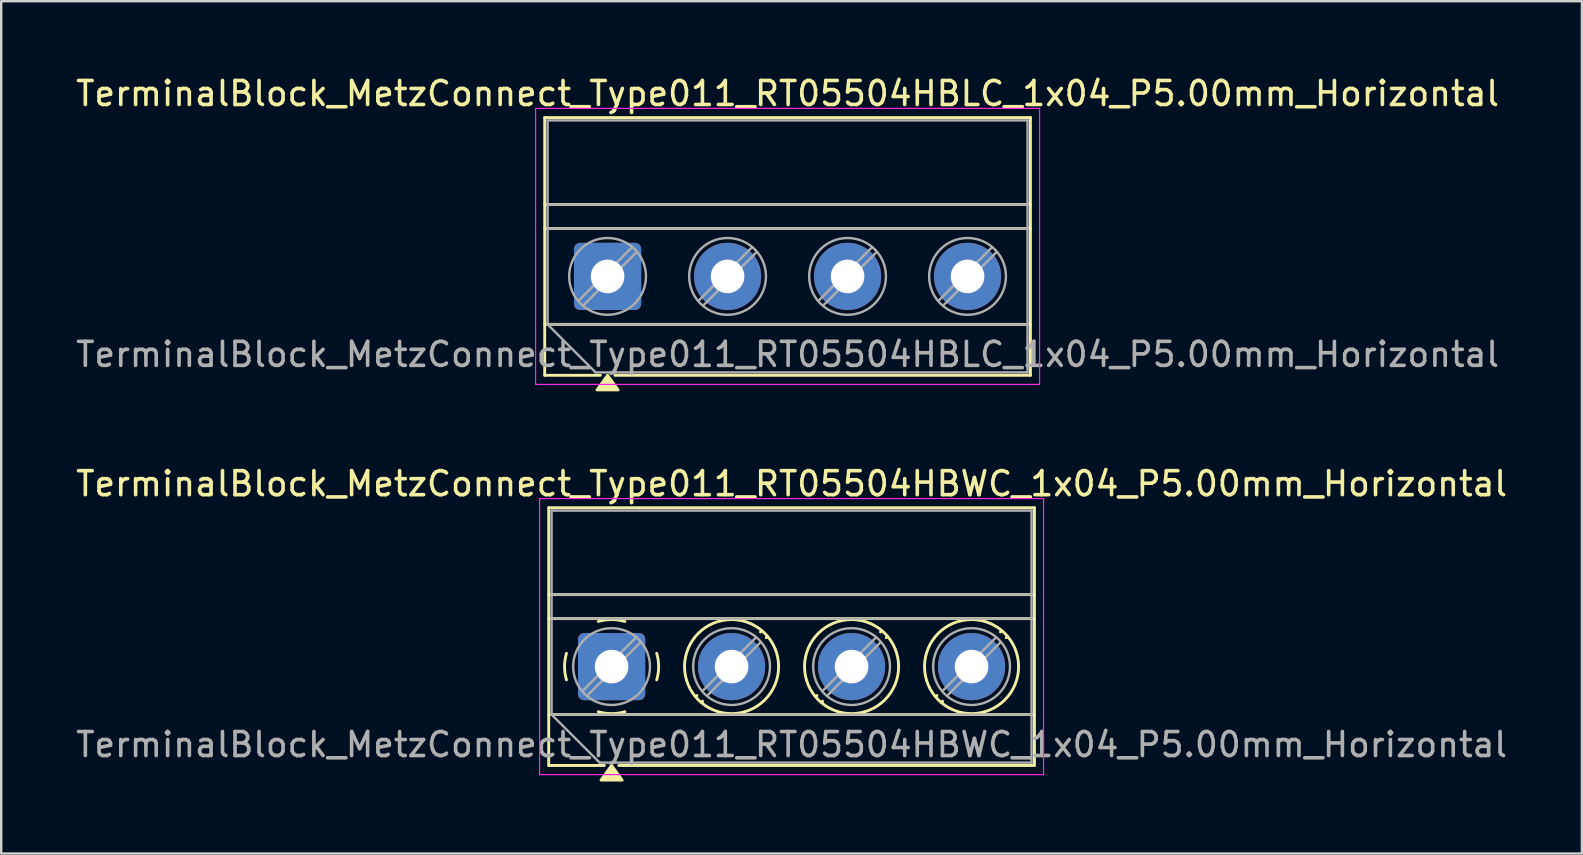
<source format=kicad_pcb>
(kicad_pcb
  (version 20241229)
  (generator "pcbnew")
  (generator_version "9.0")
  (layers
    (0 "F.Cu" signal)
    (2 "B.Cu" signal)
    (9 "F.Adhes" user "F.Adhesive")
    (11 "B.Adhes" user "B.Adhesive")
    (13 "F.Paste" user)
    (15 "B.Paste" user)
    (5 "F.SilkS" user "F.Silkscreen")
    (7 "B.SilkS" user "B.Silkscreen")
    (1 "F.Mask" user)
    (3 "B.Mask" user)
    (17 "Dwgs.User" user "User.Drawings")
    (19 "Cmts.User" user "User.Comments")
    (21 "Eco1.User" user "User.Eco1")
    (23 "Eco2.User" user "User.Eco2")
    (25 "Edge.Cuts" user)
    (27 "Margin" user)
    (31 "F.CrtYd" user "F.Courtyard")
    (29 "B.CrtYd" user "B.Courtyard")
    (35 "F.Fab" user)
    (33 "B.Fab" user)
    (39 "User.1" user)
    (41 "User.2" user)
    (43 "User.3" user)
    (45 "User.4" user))
  (footprint "TerminalBlock_MetzConnect_Type011_RT05504HBWC_1x04_P5.00mm_Horizontal"
    (layer "F.Cu")
    (at 22.435 24.727)
    (property "Reference" "TerminalBlock_MetzConnect_Type011_RT05504HBWC_1x04_P5.00mm_Horizontal" (at 7.5 -7.62 0) (layer "F.SilkS") (effects (font (size 1 1) (thickness 0.15))))
    (attr through_hole)
    (fp_line (start -2.62 -6.62) (end -2.62 4.12) (stroke (width 0.12) (type solid)) (layer "F.SilkS"))
    (fp_line (start -2.62 -6.62) (end 17.62 -6.62) (stroke (width 0.12) (type solid)) (layer "F.SilkS"))
    (fp_line (start -2.62 -3) (end 17.62 -3) (stroke (width 0.12) (type solid)) (layer "F.SilkS"))
    (fp_line (start -2.62 -2) (end 17.62 -2) (stroke (width 0.12) (type solid)) (layer "F.SilkS"))
    (fp_line (start -2.62 2) (end 17.62 2) (stroke (width 0.12) (type solid)) (layer "F.SilkS"))
    (fp_line (start -2.62 4.12) (end -0.3 4.12) (stroke (width 0.12) (type solid)) (layer "F.SilkS"))
    (fp_line (start 0.3 4.12) (end 17.62 4.12) (stroke (width 0.12) (type solid)) (layer "F.SilkS"))
    (fp_line (start 3.556 1.204) (end 3.513 1.247) (stroke (width 0.12) (type solid)) (layer "F.SilkS"))
    (fp_line (start 3.795 1.443) (end 3.752 1.486) (stroke (width 0.12) (type solid)) (layer "F.SilkS"))
    (fp_line (start 6.247 -1.486) (end 6.204 -1.443) (stroke (width 0.12) (type solid)) (layer "F.SilkS"))
    (fp_line (start 6.487 -1.247) (end 6.444 -1.204) (stroke (width 0.12) (type solid)) (layer "F.SilkS"))
    (fp_line (start 8.556 1.204) (end 8.513 1.247) (stroke (width 0.12) (type solid)) (layer "F.SilkS"))
    (fp_line (start 8.795 1.443) (end 8.752 1.486) (stroke (width 0.12) (type solid)) (layer "F.SilkS"))
    (fp_line (start 11.247 -1.486) (end 11.204 -1.443) (stroke (width 0.12) (type solid)) (layer "F.SilkS"))
    (fp_line (start 11.487 -1.247) (end 11.444 -1.204) (stroke (width 0.12) (type solid)) (layer "F.SilkS"))
    (fp_line (start 13.556 1.204) (end 13.513 1.247) (stroke (width 0.12) (type solid)) (layer "F.SilkS"))
    (fp_line (start 13.795 1.443) (end 13.752 1.486) (stroke (width 0.12) (type solid)) (layer "F.SilkS"))
    (fp_line (start 16.247 -1.486) (end 16.204 -1.443) (stroke (width 0.12) (type solid)) (layer "F.SilkS"))
    (fp_line (start 16.487 -1.247) (end 16.444 -1.204) (stroke (width 0.12) (type solid)) (layer "F.SilkS"))
    (fp_line (start 17.62 -6.62) (end 17.62 4.12) (stroke (width 0.12) (type solid)) (layer "F.SilkS"))
    (fp_arc (start -1.88 0.554) (mid -1.959928 -0.000246) (end -1.879861 -0.554472) (stroke (width 0.12) (type solid)) (layer "F.SilkS"))
    (fp_arc (start -0.554 -1.88) (mid 0.000246 -1.959928) (end 0.554472 -1.879861) (stroke (width 0.12) (type solid)) (layer "F.SilkS"))
    (fp_arc (start 0.554 1.88) (mid -0.000246 1.959928) (end -0.554472 1.879861) (stroke (width 0.12) (type solid)) (layer "F.SilkS"))
    (fp_arc (start 1.88 -0.554) (mid 1.959928 0.000246) (end 1.879861 0.554472) (stroke (width 0.12) (type solid)) (layer "F.SilkS"))
    (fp_circle (center 5 0) (end 6.96 0) (stroke (width 0.12) (type solid)) (fill no) (layer "F.SilkS"))
    (fp_circle (center 10 0) (end 11.96 0) (stroke (width 0.12) (type solid)) (fill no) (layer "F.SilkS"))
    (fp_circle (center 15 0) (end 16.96 0) (stroke (width 0.12) (type solid)) (fill no) (layer "F.SilkS"))
    (fp_poly (pts (xy 0 4.12) (xy 0.44 4.73) (xy -0.44 4.73) (xy 0 4.12)) (stroke (width 0.12) (type solid)) (fill yes) (layer "F.SilkS"))
    (fp_line (start -3 -7) (end -3 4.5) (stroke (width 0.05) (type solid)) (layer "F.CrtYd"))
    (fp_line (start -3 4.5) (end 18 4.5) (stroke (width 0.05) (type solid)) (layer "F.CrtYd"))
    (fp_line (start 18 -7) (end -3 -7) (stroke (width 0.05) (type solid)) (layer "F.CrtYd"))
    (fp_line (start 18 4.5) (end 18 -7) (stroke (width 0.05) (type solid)) (layer "F.CrtYd"))
    (fp_line (start -2.5 -6.5) (end 17.5 -6.5) (stroke (width 0.1) (type solid)) (layer "F.Fab"))
    (fp_line (start -2.5 -3) (end 17.5 -3) (stroke (width 0.1) (type solid)) (layer "F.Fab"))
    (fp_line (start -2.5 -2) (end 17.5 -2) (stroke (width 0.1) (type solid)) (layer "F.Fab"))
    (fp_line (start -2.5 2) (end -2.5 -6.5) (stroke (width 0.1) (type solid)) (layer "F.Fab"))
    (fp_line (start -2.5 2) (end 17.5 2) (stroke (width 0.1) (type solid)) (layer "F.Fab"))
    (fp_line (start -0.5 4) (end -2.5 2) (stroke (width 0.1) (type solid)) (layer "F.Fab"))
    (fp_line (start 1.018 -1.213) (end -1.214 1.018) (stroke (width 0.1) (type solid)) (layer "F.Fab"))
    (fp_line (start 1.213 -1.018) (end -1.018 1.213) (stroke (width 0.1) (type solid)) (layer "F.Fab"))
    (fp_line (start 6.018 -1.213) (end 3.786 1.018) (stroke (width 0.1) (type solid)) (layer "F.Fab"))
    (fp_line (start 6.213 -1.018) (end 3.982 1.213) (stroke (width 0.1) (type solid)) (layer "F.Fab"))
    (fp_line (start 11.018 -1.213) (end 8.786 1.018) (stroke (width 0.1) (type solid)) (layer "F.Fab"))
    (fp_line (start 11.213 -1.018) (end 8.982 1.213) (stroke (width 0.1) (type solid)) (layer "F.Fab"))
    (fp_line (start 16.018 -1.213) (end 13.786 1.018) (stroke (width 0.1) (type solid)) (layer "F.Fab"))
    (fp_line (start 16.213 -1.018) (end 13.982 1.213) (stroke (width 0.1) (type solid)) (layer "F.Fab"))
    (fp_line (start 17.5 -6.5) (end 17.5 4) (stroke (width 0.1) (type solid)) (layer "F.Fab"))
    (fp_line (start 17.5 4) (end -0.5 4) (stroke (width 0.1) (type solid)) (layer "F.Fab"))
    (fp_circle (center 0 0) (end 1.6 0) (stroke (width 0.1) (type solid)) (fill no) (layer "F.Fab"))
    (fp_circle (center 5 0) (end 6.6 0) (stroke (width 0.1) (type solid)) (fill no) (layer "F.Fab"))
    (fp_circle (center 10 0) (end 11.6 0) (stroke (width 0.1) (type solid)) (fill no) (layer "F.Fab"))
    (fp_circle (center 15 0) (end 16.6 0) (stroke (width 0.1) (type solid)) (fill no) (layer "F.Fab"))
    (fp_text user "${REFERENCE}" (at 7.5 3.25 0) (layer "F.Fab") (effects (font (size 1 1) (thickness 0.15))))
    (pad "1" thru_hole roundrect (at 0 0) (size 2.8 2.8) (drill 1.4) (layers "*.Cu" "*.Mask") (roundrect_rratio 0.089))
    (pad "2" thru_hole circle (at 5 0) (size 2.8 2.8) (drill 1.4) (layers "*.Cu" "*.Mask"))
    (pad "3" thru_hole circle (at 10 0) (size 2.8 2.8) (drill 1.4) (layers "*.Cu" "*.Mask"))
    (pad "4" thru_hole circle (at 15 0) (size 2.8 2.8) (drill 1.4) (layers "*.Cu" "*.Mask")))
  (footprint "TerminalBlock_MetzConnect_Type011_RT05504HBLC_1x04_P5.00mm_Horizontal"
    (layer "F.Cu")
    (at 22.268 8.468)
    (property "Reference" "TerminalBlock_MetzConnect_Type011_RT05504HBLC_1x04_P5.00mm_Horizontal" (at 7.5 -7.62 0) (layer "F.SilkS") (effects (font (size 1 1) (thickness 0.15))))
    (attr through_hole)
    (fp_line (start -2.62 -6.62) (end -2.62 4.12) (stroke (width 0.12) (type solid)) (layer "F.SilkS"))
    (fp_line (start -2.62 -6.62) (end 17.62 -6.62) (stroke (width 0.12) (type solid)) (layer "F.SilkS"))
    (fp_line (start -2.62 -3) (end 17.62 -3) (stroke (width 0.12) (type solid)) (layer "F.SilkS"))
    (fp_line (start -2.62 -2) (end 17.62 -2) (stroke (width 0.12) (type solid)) (layer "F.SilkS"))
    (fp_line (start -2.62 2) (end 17.62 2) (stroke (width 0.12) (type solid)) (layer "F.SilkS"))
    (fp_line (start -2.62 4.12) (end -0.3 4.12) (stroke (width 0.12) (type solid)) (layer "F.SilkS"))
    (fp_line (start 0.3 4.12) (end 17.62 4.12) (stroke (width 0.12) (type solid)) (layer "F.SilkS"))
    (fp_line (start 17.62 -6.62) (end 17.62 4.12) (stroke (width 0.12) (type solid)) (layer "F.SilkS"))
    (fp_poly (pts (xy 0 4.12) (xy 0.44 4.73) (xy -0.44 4.73)) (stroke (width 0.12) (type solid)) (fill yes) (layer "F.SilkS"))
    (fp_line (start -3 -7) (end -3 4.5) (stroke (width 0.05) (type solid)) (layer "F.CrtYd"))
    (fp_line (start -3 4.5) (end 18 4.5) (stroke (width 0.05) (type solid)) (layer "F.CrtYd"))
    (fp_line (start 18 -7) (end -3 -7) (stroke (width 0.05) (type solid)) (layer "F.CrtYd"))
    (fp_line (start 18 4.5) (end 18 -7) (stroke (width 0.05) (type solid)) (layer "F.CrtYd"))
    (fp_line (start -2.5 -6.5) (end 17.5 -6.5) (stroke (width 0.1) (type solid)) (layer "F.Fab"))
    (fp_line (start -2.5 -3) (end 17.5 -3) (stroke (width 0.1) (type solid)) (layer "F.Fab"))
    (fp_line (start -2.5 -2) (end 17.5 -2) (stroke (width 0.1) (type solid)) (layer "F.Fab"))
    (fp_line (start -2.5 2) (end -2.5 -6.5) (stroke (width 0.1) (type solid)) (layer "F.Fab"))
    (fp_line (start -2.5 2) (end 17.5 2) (stroke (width 0.1) (type solid)) (layer "F.Fab"))
    (fp_line (start -0.5 4) (end -2.5 2) (stroke (width 0.1) (type solid)) (layer "F.Fab"))
    (fp_line (start 1.018 -1.213) (end -1.214 1.018) (stroke (width 0.1) (type solid)) (layer "F.Fab"))
    (fp_line (start 1.213 -1.018) (end -1.018 1.213) (stroke (width 0.1) (type solid)) (layer "F.Fab"))
    (fp_line (start 6.018 -1.213) (end 3.786 1.018) (stroke (width 0.1) (type solid)) (layer "F.Fab"))
    (fp_line (start 6.213 -1.018) (end 3.982 1.213) (stroke (width 0.1) (type solid)) (layer "F.Fab"))
    (fp_line (start 11.018 -1.213) (end 8.786 1.018) (stroke (width 0.1) (type solid)) (layer "F.Fab"))
    (fp_line (start 11.213 -1.018) (end 8.982 1.213) (stroke (width 0.1) (type solid)) (layer "F.Fab"))
    (fp_line (start 16.018 -1.213) (end 13.786 1.018) (stroke (width 0.1) (type solid)) (layer "F.Fab"))
    (fp_line (start 16.213 -1.018) (end 13.982 1.213) (stroke (width 0.1) (type solid)) (layer "F.Fab"))
    (fp_line (start 17.5 -6.5) (end 17.5 4) (stroke (width 0.1) (type solid)) (layer "F.Fab"))
    (fp_line (start 17.5 4) (end -0.5 4) (stroke (width 0.1) (type solid)) (layer "F.Fab"))
    (fp_circle (center 0 0) (end 1.6 0) (stroke (width 0.1) (type solid)) (fill no) (layer "F.Fab"))
    (fp_circle (center 5 0) (end 6.6 0) (stroke (width 0.1) (type solid)) (fill no) (layer "F.Fab"))
    (fp_circle (center 10 0) (end 11.6 0) (stroke (width 0.1) (type solid)) (fill no) (layer "F.Fab"))
    (fp_circle (center 15 0) (end 16.6 0) (stroke (width 0.1) (type solid)) (fill no) (layer "F.Fab"))
    (fp_text user "${REFERENCE}" (at 7.5 3.25 0) (layer "F.Fab") (effects (font (size 1 1) (thickness 0.15))))
    (pad "1" thru_hole roundrect (at 0 0) (size 2.8 2.8) (drill 1.4) (layers "*.Cu" "*.Mask") (roundrect_rratio 0.089))
    (pad "2" thru_hole circle (at 5 0) (size 2.8 2.8) (drill 1.4) (layers "*.Cu" "*.Mask"))
    (pad "3" thru_hole circle (at 10 0) (size 2.8 2.8) (drill 1.4) (layers "*.Cu" "*.Mask"))
    (pad "4" thru_hole circle (at 15 0) (size 2.8 2.8) (drill 1.4) (layers "*.Cu" "*.Mask")))
  (gr_rect
    (start -3 -3)
    (end 62.869 32.517)
    (stroke (width 0.1) (type default))
    (fill no)
    (layer "Edge.Cuts")))
</source>
